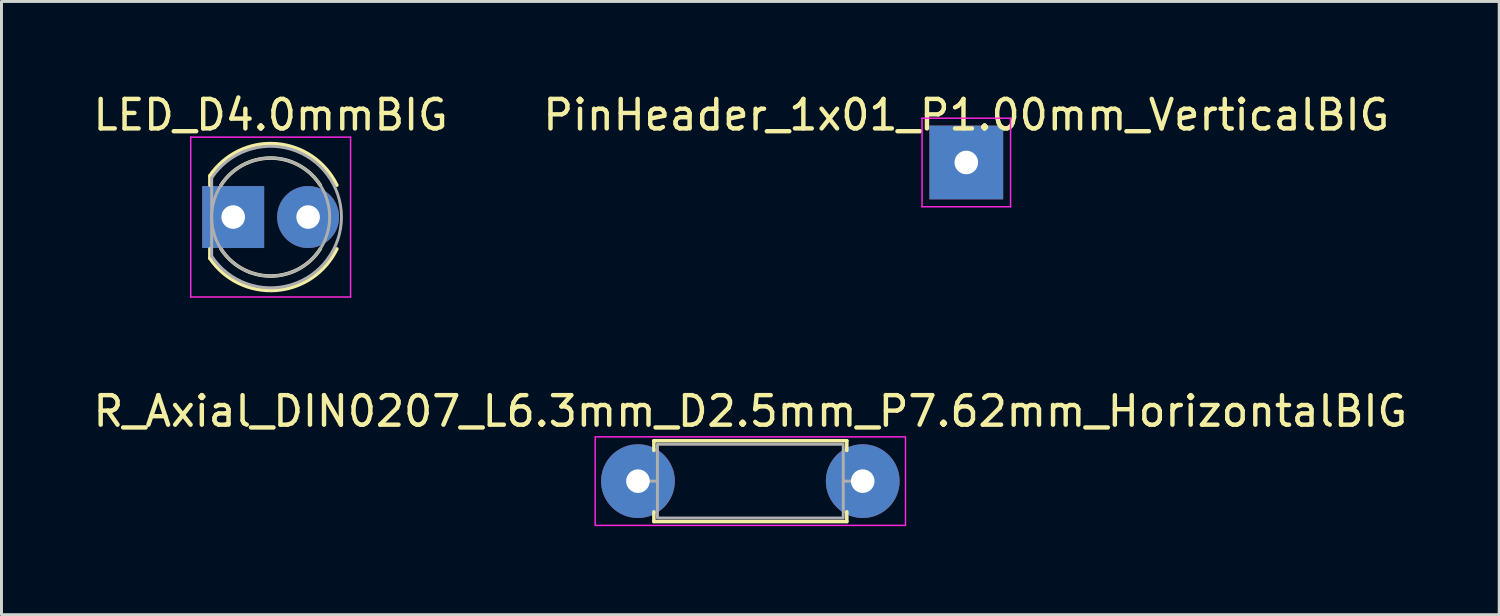
<source format=kicad_pcb>
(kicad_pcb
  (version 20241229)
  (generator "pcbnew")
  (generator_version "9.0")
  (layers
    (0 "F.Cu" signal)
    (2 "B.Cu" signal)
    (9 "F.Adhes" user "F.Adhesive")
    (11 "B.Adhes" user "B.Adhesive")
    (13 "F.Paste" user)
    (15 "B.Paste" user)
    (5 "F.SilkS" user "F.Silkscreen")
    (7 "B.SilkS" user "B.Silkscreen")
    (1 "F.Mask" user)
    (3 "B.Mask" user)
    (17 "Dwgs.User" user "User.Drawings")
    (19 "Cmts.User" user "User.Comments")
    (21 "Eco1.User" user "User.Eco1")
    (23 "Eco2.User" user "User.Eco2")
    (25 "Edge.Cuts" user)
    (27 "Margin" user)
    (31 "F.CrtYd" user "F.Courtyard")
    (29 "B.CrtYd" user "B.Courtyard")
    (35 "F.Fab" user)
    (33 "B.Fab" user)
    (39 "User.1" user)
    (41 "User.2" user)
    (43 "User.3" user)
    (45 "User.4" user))
  (footprint "PinHeader_1x01_P1.00mm_VerticalBIG"
    (layer "F.Cu")
    (at 29.708 2.458)
    (property "Reference" "PinHeader_1x01_P1.00mm_VerticalBIG" (at 0 -1.61 0) (layer "F.SilkS") (effects (font (size 1 1) (thickness 0.15))))
    (attr through_hole)
    (fp_line (start -1.5 -1.5) (end -1.5 1.5) (stroke (width 0.05) (type solid)) (layer "F.CrtYd"))
    (fp_line (start -1.5 1.5) (end 1.5 1.5) (stroke (width 0.05) (type solid)) (layer "F.CrtYd"))
    (fp_line (start 1.5 -1.5) (end -1.5 -1.5) (stroke (width 0.05) (type solid)) (layer "F.CrtYd"))
    (fp_line (start 1.5 1.5) (end 1.5 -1.5) (stroke (width 0.05) (type solid)) (layer "F.CrtYd"))
    (pad "1" thru_hole rect (at 0 0) (size 2.5 2.5) (drill 0.8) (layers "*.Cu" "*.Mask")))
  (footprint "R_Axial_DIN0207_L6.3mm_D2.5mm_P7.62mm_HorizontalBIG"
    (layer "F.Cu")
    (at 18.577 13.261)
    (property "Reference" "R_Axial_DIN0207_L6.3mm_D2.5mm_P7.62mm_HorizontalBIG" (at 3.81 -2.37 0) (layer "F.SilkS") (effects (font (size 1 1) (thickness 0.15))))
    (attr through_hole)
    (fp_line (start 0.54 -1.37) (end 7.08 -1.37) (stroke (width 0.12) (type solid)) (layer "F.SilkS"))
    (fp_line (start 0.54 -1.04) (end 0.54 -1.37) (stroke (width 0.12) (type solid)) (layer "F.SilkS"))
    (fp_line (start 0.54 1.04) (end 0.54 1.37) (stroke (width 0.12) (type solid)) (layer "F.SilkS"))
    (fp_line (start 0.54 1.37) (end 7.08 1.37) (stroke (width 0.12) (type solid)) (layer "F.SilkS"))
    (fp_line (start 7.08 -1.37) (end 7.08 -1.04) (stroke (width 0.12) (type solid)) (layer "F.SilkS"))
    (fp_line (start 7.08 1.37) (end 7.08 1.04) (stroke (width 0.12) (type solid)) (layer "F.SilkS"))
    (fp_rect (start -1.45 -1.5) (end 9.07 1.5) (stroke (width 0.05) (type solid)) (fill no) (layer "F.CrtYd"))
    (fp_line (start 0 0) (end 0.66 0) (stroke (width 0.1) (type solid)) (layer "F.Fab"))
    (fp_line (start 7.62 0) (end 6.96 0) (stroke (width 0.1) (type solid)) (layer "F.Fab"))
    (fp_rect (start 0.66 -1.25) (end 6.96 1.25) (stroke (width 0.1) (type solid)) (fill no) (layer "F.Fab"))
    (pad "1" thru_hole circle (at 0 0) (size 2.5 2.5) (drill 0.8) (layers "*.Cu" "*.Mask"))
    (pad "2" thru_hole circle (at 7.62 0) (size 2.5 2.5) (drill 0.8) (layers "*.Cu" "*.Mask")))
  (footprint "LED_D4.0mmBIG"
    (layer "F.Cu")
    (at 4.855 4.308)
    (property "Reference" "LED_D4.0mmBIG" (at 1.27 -3.46 0) (layer "F.SilkS") (effects (font (size 1 1) (thickness 0.15))))
    (attr through_hole)
    (fp_line (start -0.79 -1.399) (end -0.79 -1.08) (stroke (width 0.12) (type solid)) (layer "F.SilkS"))
    (fp_line (start -0.79 1.08) (end -0.79 1.399) (stroke (width 0.12) (type solid)) (layer "F.SilkS"))
    (fp_arc (start -0.79 -1.398749) (mid 1.45392 -2.483198) (end 3.513591 -1.08) (stroke (width 0.12) (type solid)) (layer "F.SilkS"))
    (fp_arc (start -0.41333 -1.08) (mid 1.27 -2) (end 2.95333 -1.08) (stroke (width 0.12) (type solid)) (layer "F.SilkS"))
    (fp_arc (start 2.95333 1.08) (mid 1.27 2) (end -0.41333 1.08) (stroke (width 0.12) (type solid)) (layer "F.SilkS"))
    (fp_arc (start 3.513591 1.08) (mid 1.45392 2.483198) (end -0.79 1.398749) (stroke (width 0.12) (type solid)) (layer "F.SilkS"))
    (fp_line (start -1.44 -2.71) (end -1.44 2.71) (stroke (width 0.05) (type solid)) (layer "F.CrtYd"))
    (fp_line (start -1.44 2.71) (end 3.98 2.71) (stroke (width 0.05) (type solid)) (layer "F.CrtYd"))
    (fp_line (start 3.98 -2.71) (end -1.44 -2.71) (stroke (width 0.05) (type solid)) (layer "F.CrtYd"))
    (fp_line (start 3.98 2.71) (end 3.98 -2.71) (stroke (width 0.05) (type solid)) (layer "F.CrtYd"))
    (fp_line (start -0.73 -1.327) (end -0.73 1.327) (stroke (width 0.1) (type solid)) (layer "F.Fab"))
    (fp_arc (start -0.73 -1.32665) (mid 3.67 0) (end -0.73 1.32665) (stroke (width 0.1) (type solid)) (layer "F.Fab"))
    (fp_circle (center 1.27 0) (end 3.27 0) (stroke (width 0.1) (type solid)) (fill no) (layer "F.Fab"))
    (pad "1" thru_hole rect (at 0 0) (size 2.1 2.1) (drill 0.8) (layers "*.Cu" "*.Mask"))
    (pad "2" thru_hole circle (at 2.54 0) (size 2.1 2.1) (drill 0.8) (layers "*.Cu" "*.Mask")))
  (gr_rect
    (start -3 -3)
    (end 47.774 17.787)
    (stroke (width 0.1) (type default))
    (fill no)
    (layer "Edge.Cuts")))
</source>
